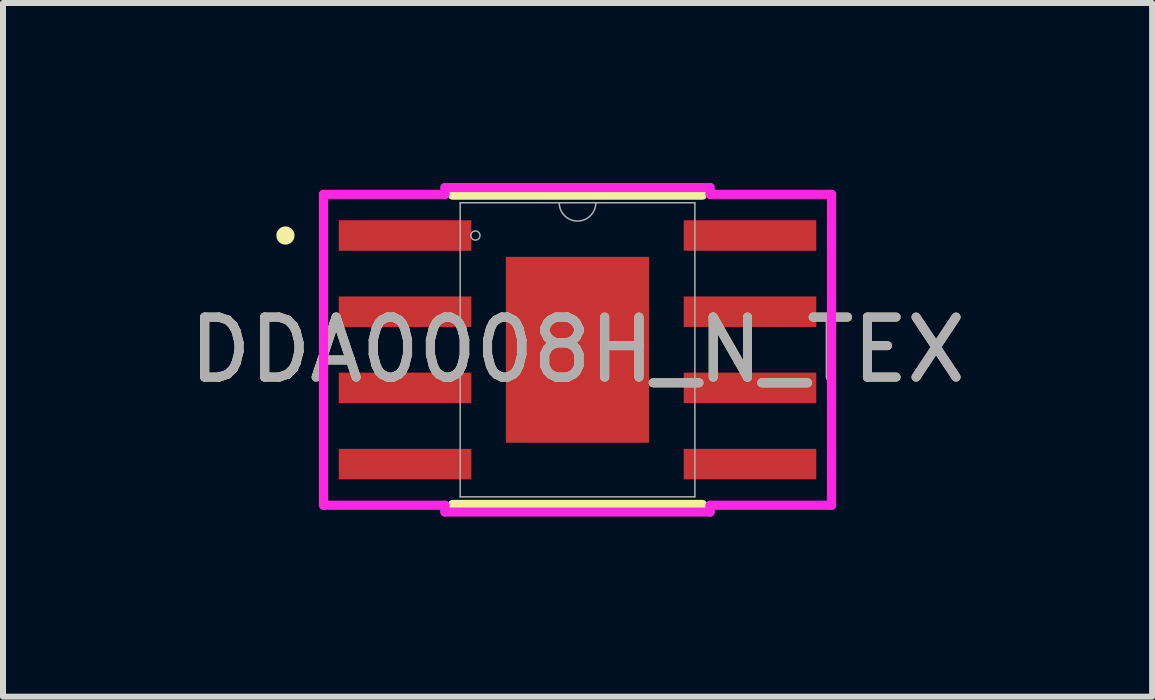
<source format=kicad_pcb>
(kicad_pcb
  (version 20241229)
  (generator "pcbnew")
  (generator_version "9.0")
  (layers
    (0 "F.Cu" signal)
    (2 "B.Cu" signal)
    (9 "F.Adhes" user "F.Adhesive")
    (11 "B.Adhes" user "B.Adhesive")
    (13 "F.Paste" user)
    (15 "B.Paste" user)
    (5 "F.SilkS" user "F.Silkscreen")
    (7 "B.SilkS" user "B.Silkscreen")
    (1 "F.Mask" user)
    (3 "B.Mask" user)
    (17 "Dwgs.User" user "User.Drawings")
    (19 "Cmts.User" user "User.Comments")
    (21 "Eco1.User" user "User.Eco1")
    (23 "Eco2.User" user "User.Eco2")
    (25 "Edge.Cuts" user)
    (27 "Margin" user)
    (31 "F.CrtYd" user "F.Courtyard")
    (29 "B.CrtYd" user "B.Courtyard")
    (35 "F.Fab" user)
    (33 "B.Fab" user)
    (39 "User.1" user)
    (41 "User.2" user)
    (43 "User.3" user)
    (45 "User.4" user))
  (footprint "DDA0008H_N_TEX"
    (layer "F.Cu")
    (at 6.577 2.781)
    (property "Reference" "DDA0008H_N_TEX" (at 0 0 0) (unlocked yes) (layer "F.SilkS") (effects (font (size 1 1) (thickness 0.15))))
    (attr smd)
    (fp_poly (pts (xy -1.257 -1.613) (xy -0.987 -1.613) (xy -0.987 1.613) (xy -1.257 1.613)) (stroke (width 0) (type solid)) (fill yes) (layer "F.Mask"))
    (fp_poly (pts (xy -1.257 -1.613) (xy 1.257 -1.613) (xy 1.257 -0.987) (xy -1.257 -0.987)) (stroke (width 0) (type solid)) (fill yes) (layer "F.Mask"))
    (fp_poly (pts (xy -1.257 -0.587) (xy 1.257 -0.587) (xy 1.257 -0.2) (xy -1.257 -0.2)) (stroke (width 0) (type solid)) (fill yes) (layer "F.Mask"))
    (fp_poly (pts (xy -1.257 0.2) (xy 1.257 0.2) (xy 1.257 0.587) (xy -1.257 0.587)) (stroke (width 0) (type solid)) (fill yes) (layer "F.Mask"))
    (fp_poly (pts (xy -1.257 0.987) (xy 1.257 0.987) (xy 1.257 1.613) (xy -1.257 1.613)) (stroke (width 0) (type solid)) (fill yes) (layer "F.Mask"))
    (fp_poly (pts (xy -0.2 -1.613) (xy -0.587 -1.613) (xy -0.587 1.613) (xy -0.2 1.613)) (stroke (width 0) (type solid)) (fill yes) (layer "F.Mask"))
    (fp_poly (pts (xy 0.587 -1.613) (xy 0.2 -1.613) (xy 0.2 1.613) (xy 0.587 1.613)) (stroke (width 0) (type solid)) (fill yes) (layer "F.Mask"))
    (fp_poly (pts (xy 0.987 -1.613) (xy 1.257 -1.613) (xy 1.257 1.613) (xy 0.987 1.613)) (stroke (width 0) (type solid)) (fill yes) (layer "F.Mask"))
    (fp_line (start -2.083 2.578) (end 2.083 2.578) (stroke (width 0.152) (type solid)) (layer "F.SilkS"))
    (fp_line (start 2.083 -2.578) (end -2.083 -2.578) (stroke (width 0.152) (type solid)) (layer "F.SilkS"))
    (fp_circle (center -4.869 -1.905) (end -4.793 -1.905) (stroke (width 0.152) (type solid)) (fill no) (layer "F.SilkS"))
    (fp_poly (pts (xy -1.119 -1.474) (xy -1.119 -0.887) (xy -1.029 -0.887) (xy -0.887 -1.029) (xy -0.887 -1.474)) (stroke (width 0) (type solid)) (fill yes) (layer "F.Paste"))
    (fp_poly (pts (xy -1.119 0.887) (xy -1.119 1.474) (xy -0.887 1.474) (xy -0.887 1.029) (xy -1.029 0.887)) (stroke (width 0) (type solid)) (fill yes) (layer "F.Paste"))
    (fp_poly (pts (xy 0.887 -1.474) (xy 0.887 -1.029) (xy 1.029 -0.887) (xy 1.119 -0.887) (xy 1.119 -1.474)) (stroke (width 0) (type solid)) (fill yes) (layer "F.Paste"))
    (fp_poly (pts (xy 1.029 0.887) (xy 0.887 1.029) (xy 0.887 1.474) (xy 1.119 1.474) (xy 1.119 0.887)) (stroke (width 0) (type solid)) (fill yes) (layer "F.Paste"))
    (fp_poly (pts (xy -1.119 -0.687) (xy -1.119 -0.1) (xy -1.029 -0.1) (xy -0.887 -0.241) (xy -0.887 -0.546) (xy -1.029 -0.687)) (stroke (width 0) (type solid)) (fill yes) (layer "F.Paste"))
    (fp_poly (pts (xy -1.119 0.1) (xy -1.119 0.687) (xy -1.029 0.687) (xy -0.887 0.546) (xy -0.887 0.241) (xy -1.029 0.1)) (stroke (width 0) (type solid)) (fill yes) (layer "F.Paste"))
    (fp_poly (pts (xy -0.687 -1.474) (xy -0.687 -1.029) (xy -0.546 -0.887) (xy -0.241 -0.887) (xy -0.1 -1.029) (xy -0.1 -1.474)) (stroke (width 0) (type solid)) (fill yes) (layer "F.Paste"))
    (fp_poly (pts (xy -0.546 0.887) (xy -0.687 1.029) (xy -0.687 1.474) (xy -0.1 1.474) (xy -0.1 1.029) (xy -0.241 0.887)) (stroke (width 0) (type solid)) (fill yes) (layer "F.Paste"))
    (fp_poly (pts (xy 0.1 -1.474) (xy 0.1 -1.029) (xy 0.241 -0.887) (xy 0.546 -0.887) (xy 0.687 -1.029) (xy 0.687 -1.474)) (stroke (width 0) (type solid)) (fill yes) (layer "F.Paste"))
    (fp_poly (pts (xy 0.241 0.887) (xy 0.1 1.029) (xy 0.1 1.474) (xy 0.687 1.474) (xy 0.687 1.029) (xy 0.546 0.887)) (stroke (width 0) (type solid)) (fill yes) (layer "F.Paste"))
    (fp_poly (pts (xy 1.029 -0.687) (xy 0.887 -0.546) (xy 0.887 -0.241) (xy 1.029 -0.1) (xy 1.119 -0.1) (xy 1.119 -0.687)) (stroke (width 0) (type solid)) (fill yes) (layer "F.Paste"))
    (fp_poly (pts (xy 1.029 0.1) (xy 0.887 0.241) (xy 0.887 0.546) (xy 1.029 0.687) (xy 1.119 0.687) (xy 1.119 0.1)) (stroke (width 0) (type solid)) (fill yes) (layer "F.Paste"))
    (fp_poly (pts (xy -0.546 -0.687) (xy -0.687 -0.546) (xy -0.687 -0.241) (xy -0.546 -0.1) (xy -0.241 -0.1) (xy -0.1 -0.241) (xy -0.1 -0.546) (xy -0.241 -0.687)) (stroke (width 0) (type solid)) (fill yes) (layer "F.Paste"))
    (fp_poly (pts (xy -0.546 0.1) (xy -0.687 0.241) (xy -0.687 0.546) (xy -0.546 0.687) (xy -0.241 0.687) (xy -0.1 0.546) (xy -0.1 0.241) (xy -0.241 0.1)) (stroke (width 0) (type solid)) (fill yes) (layer "F.Paste"))
    (fp_poly (pts (xy 0.241 -0.687) (xy 0.1 -0.546) (xy 0.1 -0.241) (xy 0.241 -0.1) (xy 0.546 -0.1) (xy 0.687 -0.241) (xy 0.687 -0.546) (xy 0.546 -0.687)) (stroke (width 0) (type solid)) (fill yes) (layer "F.Paste"))
    (fp_poly (pts (xy 0.241 0.1) (xy 0.1 0.241) (xy 0.1 0.546) (xy 0.241 0.687) (xy 0.546 0.687) (xy 0.687 0.546) (xy 0.687 0.241) (xy 0.546 0.1)) (stroke (width 0) (type solid)) (fill yes) (layer "F.Paste"))
    (fp_circle (center -0.65 -1.3) (end -0.485 -1.3) (stroke (width 0.025) (type solid)) (fill no) (layer "Eco1.User"))
    (fp_circle (center -0.65 0) (end -0.485 0) (stroke (width 0.025) (type solid)) (fill no) (layer "Eco1.User"))
    (fp_circle (center -0.65 1.3) (end -0.485 1.3) (stroke (width 0.025) (type solid)) (fill no) (layer "Eco1.User"))
    (fp_circle (center 0.65 -1.3) (end 0.815 -1.3) (stroke (width 0.025) (type solid)) (fill no) (layer "Eco1.User"))
    (fp_circle (center 0.65 0) (end 0.815 0) (stroke (width 0.025) (type solid)) (fill no) (layer "Eco1.User"))
    (fp_circle (center 0.65 1.3) (end 0.815 1.3) (stroke (width 0.025) (type solid)) (fill no) (layer "Eco1.User"))
    (fp_line (start -4.234 -2.591) (end -2.21 -2.591) (stroke (width 0.152) (type solid)) (layer "F.CrtYd"))
    (fp_line (start -4.234 2.591) (end -4.234 -2.591) (stroke (width 0.152) (type solid)) (layer "F.CrtYd"))
    (fp_line (start -4.234 2.591) (end -2.21 2.591) (stroke (width 0.152) (type solid)) (layer "F.CrtYd"))
    (fp_line (start -2.21 -2.705) (end 2.21 -2.705) (stroke (width 0.152) (type solid)) (layer "F.CrtYd"))
    (fp_line (start -2.21 -2.591) (end -2.21 -2.705) (stroke (width 0.152) (type solid)) (layer "F.CrtYd"))
    (fp_line (start -2.21 2.705) (end -2.21 2.591) (stroke (width 0.152) (type solid)) (layer "F.CrtYd"))
    (fp_line (start 2.21 -2.705) (end 2.21 -2.591) (stroke (width 0.152) (type solid)) (layer "F.CrtYd"))
    (fp_line (start 2.21 2.591) (end 2.21 2.705) (stroke (width 0.152) (type solid)) (layer "F.CrtYd"))
    (fp_line (start 2.21 2.705) (end -2.21 2.705) (stroke (width 0.152) (type solid)) (layer "F.CrtYd"))
    (fp_line (start 4.234 -2.591) (end 2.21 -2.591) (stroke (width 0.152) (type solid)) (layer "F.CrtYd"))
    (fp_line (start 4.234 -2.591) (end 4.234 2.591) (stroke (width 0.152) (type solid)) (layer "F.CrtYd"))
    (fp_line (start 4.234 2.591) (end 2.21 2.591) (stroke (width 0.152) (type solid)) (layer "F.CrtYd"))
    (fp_line (start -1.956 -2.451) (end -1.956 2.451) (stroke (width 0.025) (type solid)) (layer "F.Fab"))
    (fp_line (start -1.956 2.451) (end 1.956 2.451) (stroke (width 0.025) (type solid)) (layer "F.Fab"))
    (fp_line (start 1.956 -2.451) (end -1.956 -2.451) (stroke (width 0.025) (type solid)) (layer "F.Fab"))
    (fp_line (start 1.956 2.451) (end 1.956 -2.451) (stroke (width 0.025) (type solid)) (layer "F.Fab"))
    (fp_arc (start 0.3048 -2.4511) (mid 0 -2.1463) (end -0.3048 -2.4511) (stroke (width 0.0254) (type solid)) (layer "F.Fab"))
    (fp_circle (center -1.702 -1.905) (end -1.626 -1.905) (stroke (width 0.025) (type solid)) (fill no) (layer "F.Fab"))
    (fp_text user "${REFERENCE}" (at 0 0 0) (unlocked yes) (layer "F.Fab") (effects (font (size 1 1) (thickness 0.15))))
    (pad "1" smd rect (at -2.875 -1.905) (size 2.21 0.508) (layers "F.Cu" "F.Mask" "F.Paste"))
    (pad "2" smd rect (at -2.875 -0.635) (size 2.21 0.508) (layers "F.Cu" "F.Mask" "F.Paste"))
    (pad "3" smd rect (at -2.875 0.635) (size 2.21 0.508) (layers "F.Cu" "F.Mask" "F.Paste"))
    (pad "4" smd rect (at -2.875 1.905) (size 2.21 0.508) (layers "F.Cu" "F.Mask" "F.Paste"))
    (pad "5" smd rect (at 2.875 1.905) (size 2.21 0.508) (layers "F.Cu" "F.Mask" "F.Paste"))
    (pad "6" smd rect (at 2.875 0.635) (size 2.21 0.508) (layers "F.Cu" "F.Mask" "F.Paste"))
    (pad "7" smd rect (at 2.875 -0.635) (size 2.21 0.508) (layers "F.Cu" "F.Mask" "F.Paste"))
    (pad "8" smd rect (at 2.875 -1.905) (size 2.21 0.508) (layers "F.Cu" "F.Mask" "F.Paste"))
    (pad "9" smd rect (at 0 0) (size 2.388 3.099) (layers "F.Cu")))
  (gr_rect
    (start -3 -3)
    (end 16.155 8.563)
    (stroke (width 0.1) (type default))
    (fill no)
    (layer "Edge.Cuts")))
</source>
